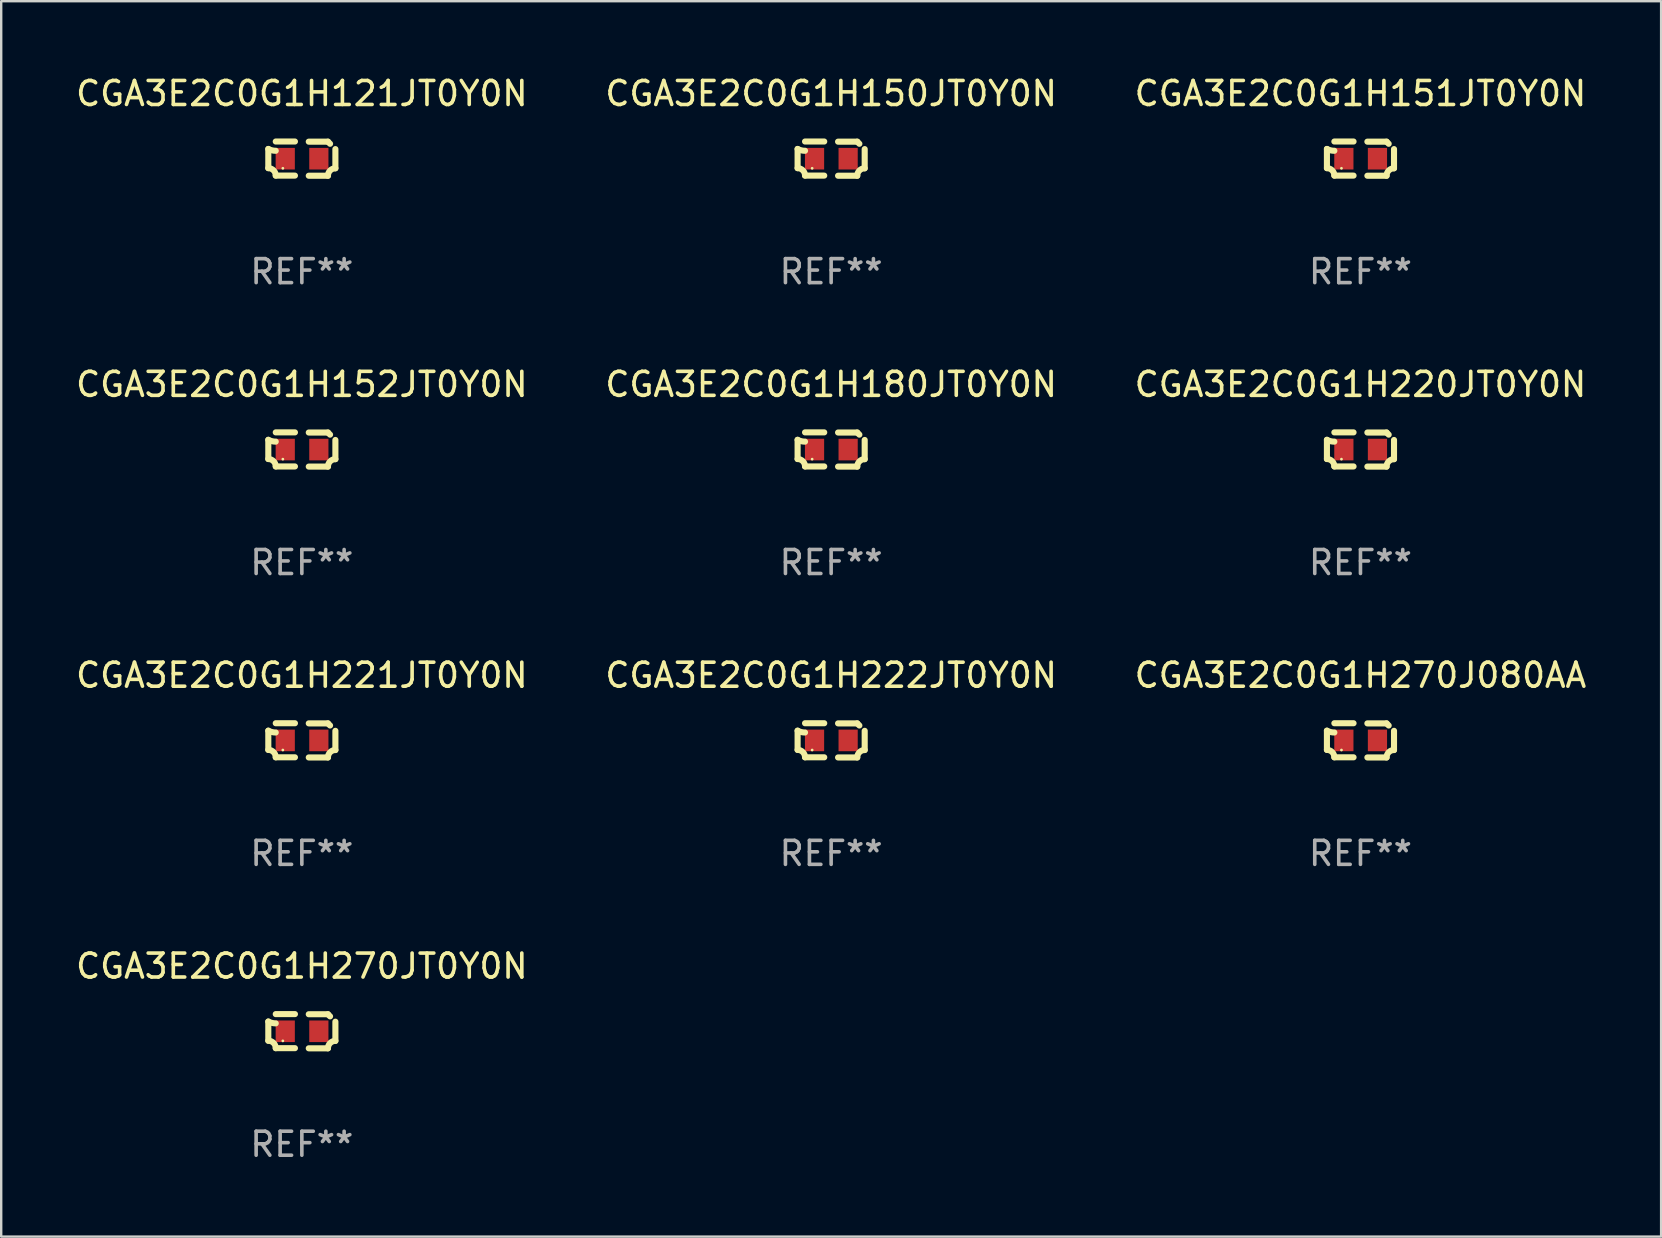
<source format=kicad_pcb>
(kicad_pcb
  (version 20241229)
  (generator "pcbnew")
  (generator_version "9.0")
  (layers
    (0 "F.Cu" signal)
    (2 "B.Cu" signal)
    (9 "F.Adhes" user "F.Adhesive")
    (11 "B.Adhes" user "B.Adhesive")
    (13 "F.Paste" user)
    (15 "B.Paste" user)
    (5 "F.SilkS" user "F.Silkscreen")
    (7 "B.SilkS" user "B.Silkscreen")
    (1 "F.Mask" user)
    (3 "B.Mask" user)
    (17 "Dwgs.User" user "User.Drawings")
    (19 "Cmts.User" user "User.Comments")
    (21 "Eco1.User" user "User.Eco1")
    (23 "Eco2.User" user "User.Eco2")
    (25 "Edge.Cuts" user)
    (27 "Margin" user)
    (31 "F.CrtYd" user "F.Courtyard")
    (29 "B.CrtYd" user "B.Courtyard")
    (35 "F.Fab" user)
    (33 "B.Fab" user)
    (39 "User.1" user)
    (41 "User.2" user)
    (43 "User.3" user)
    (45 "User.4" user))
  (footprint "CGA3E2C0G1H270J080AA"
    (layer "F.Cu")
    (at 53.649 27.805)
    (property "Reference" "CGA3E2C0G1H270J080AA" (at 0 -2.713 0) (layer "F.SilkS") (effects (font (size 1 1) (thickness 0.15))))
    (attr through_hole)
    (fp_line (start -1.398 -0.403) (end -1.398 0.397) (stroke (width 0.254) (type solid)) (layer "F.SilkS"))
    (fp_line (start -0.288 -0.713) (end -1.088 -0.713) (stroke (width 0.254) (type solid)) (layer "F.SilkS"))
    (fp_line (start -0.288 0.707) (end -1.088 0.707) (stroke (width 0.254) (type solid)) (layer "F.SilkS"))
    (fp_line (start 0.288 -0.707) (end 1.088 -0.707) (stroke (width 0.254) (type solid)) (layer "F.SilkS"))
    (fp_line (start 0.288 0.713) (end 1.088 0.713) (stroke (width 0.254) (type solid)) (layer "F.SilkS"))
    (fp_line (start 1.398 -0.397) (end 1.398 0.403) (stroke (width 0.254) (type solid)) (layer "F.SilkS"))
    (fp_arc (start -1.397789 0.397066) (mid -1.178701 0.487826) (end -1.08796 0.706922) (stroke (width 0.254001) (type solid)) (layer "F.SilkS"))
    (fp_arc (start -1.08796 -0.327176) (mid -1.247436 -0.346384) (end -1.39779 -0.402908) (stroke (width 0.254001) (type solid)) (layer "F.SilkS"))
    (fp_arc (start 1.087909 0.712738) (mid 1.178656 0.493655) (end 1.397739 0.402908) (stroke (width 0.254001) (type solid)) (layer "F.SilkS"))
    (fp_arc (start 1.175925 -0.618926) (mid 1.131917 -0.662923) (end 1.08791 -0.706922) (stroke (width 0.254001) (type solid)) (layer "F.SilkS"))
    (fp_circle (center -0.792 0.403) (end -0.762 0.403) (stroke (width 0.06) (type solid)) (fill no) (layer "F.SilkS"))
    (fp_text user "REF**" (at 0 4.713 0) (layer "F.Fab") (effects (font (size 1 1) (thickness 0.15))))
    (pad "1" smd rect (at -0.692 0.003) (size 0.8 0.9) (layers "F.Cu" "F.Mask" "F.Paste"))
    (pad "2" smd rect (at 0.708 0.003) (size 0.8 0.9) (layers "F.Cu" "F.Mask" "F.Paste")))
  (footprint "CGA3E2C0G1H221JT0Y0N"
    (layer "F.Cu")
    (at 9.53 27.805)
    (property "Reference" "CGA3E2C0G1H221JT0Y0N" (at 0 -2.713 0) (layer "F.SilkS") (effects (font (size 1 1) (thickness 0.15))))
    (attr through_hole)
    (fp_line (start -1.398 -0.403) (end -1.398 0.397) (stroke (width 0.254) (type solid)) (layer "F.SilkS"))
    (fp_line (start -0.288 -0.713) (end -1.088 -0.713) (stroke (width 0.254) (type solid)) (layer "F.SilkS"))
    (fp_line (start -0.288 0.707) (end -1.088 0.707) (stroke (width 0.254) (type solid)) (layer "F.SilkS"))
    (fp_line (start 0.288 -0.707) (end 1.088 -0.707) (stroke (width 0.254) (type solid)) (layer "F.SilkS"))
    (fp_line (start 0.288 0.713) (end 1.088 0.713) (stroke (width 0.254) (type solid)) (layer "F.SilkS"))
    (fp_line (start 1.398 -0.397) (end 1.398 0.403) (stroke (width 0.254) (type solid)) (layer "F.SilkS"))
    (fp_arc (start -1.397789 0.397066) (mid -1.178701 0.487826) (end -1.08796 0.706922) (stroke (width 0.254001) (type solid)) (layer "F.SilkS"))
    (fp_arc (start -1.08796 -0.327176) (mid -1.247436 -0.346384) (end -1.39779 -0.402908) (stroke (width 0.254001) (type solid)) (layer "F.SilkS"))
    (fp_arc (start 1.087909 0.712738) (mid 1.178656 0.493655) (end 1.397739 0.402908) (stroke (width 0.254001) (type solid)) (layer "F.SilkS"))
    (fp_arc (start 1.175925 -0.618926) (mid 1.131917 -0.662923) (end 1.08791 -0.706922) (stroke (width 0.254001) (type solid)) (layer "F.SilkS"))
    (fp_circle (center -0.792 0.403) (end -0.762 0.403) (stroke (width 0.06) (type solid)) (fill no) (layer "F.SilkS"))
    (fp_text user "REF**" (at 0 4.713 0) (layer "F.Fab") (effects (font (size 1 1) (thickness 0.15))))
    (pad "1" smd rect (at -0.692 0.003) (size 0.8 0.9) (layers "F.Cu" "F.Mask" "F.Paste"))
    (pad "2" smd rect (at 0.708 0.003) (size 0.8 0.9) (layers "F.Cu" "F.Mask" "F.Paste")))
  (footprint "CGA3E2C0G1H152JT0Y0N"
    (layer "F.Cu")
    (at 9.53 15.683)
    (property "Reference" "CGA3E2C0G1H152JT0Y0N" (at 0 -2.713 0) (layer "F.SilkS") (effects (font (size 1 1) (thickness 0.15))))
    (attr through_hole)
    (fp_line (start -1.398 -0.403) (end -1.398 0.397) (stroke (width 0.254) (type solid)) (layer "F.SilkS"))
    (fp_line (start -0.288 -0.713) (end -1.088 -0.713) (stroke (width 0.254) (type solid)) (layer "F.SilkS"))
    (fp_line (start -0.288 0.707) (end -1.088 0.707) (stroke (width 0.254) (type solid)) (layer "F.SilkS"))
    (fp_line (start 0.288 -0.707) (end 1.088 -0.707) (stroke (width 0.254) (type solid)) (layer "F.SilkS"))
    (fp_line (start 0.288 0.713) (end 1.088 0.713) (stroke (width 0.254) (type solid)) (layer "F.SilkS"))
    (fp_line (start 1.398 -0.397) (end 1.398 0.403) (stroke (width 0.254) (type solid)) (layer "F.SilkS"))
    (fp_arc (start -1.397789 0.397066) (mid -1.178701 0.487826) (end -1.08796 0.706922) (stroke (width 0.254001) (type solid)) (layer "F.SilkS"))
    (fp_arc (start -1.08796 -0.327176) (mid -1.247436 -0.346384) (end -1.39779 -0.402908) (stroke (width 0.254001) (type solid)) (layer "F.SilkS"))
    (fp_arc (start 1.087909 0.712738) (mid 1.178656 0.493655) (end 1.397739 0.402908) (stroke (width 0.254001) (type solid)) (layer "F.SilkS"))
    (fp_arc (start 1.175925 -0.618926) (mid 1.131917 -0.662923) (end 1.08791 -0.706922) (stroke (width 0.254001) (type solid)) (layer "F.SilkS"))
    (fp_circle (center -0.792 0.403) (end -0.762 0.403) (stroke (width 0.06) (type solid)) (fill no) (layer "F.SilkS"))
    (fp_text user "REF**" (at 0 4.713 0) (layer "F.Fab") (effects (font (size 1 1) (thickness 0.15))))
    (pad "1" smd rect (at -0.692 0.003) (size 0.8 0.9) (layers "F.Cu" "F.Mask" "F.Paste"))
    (pad "2" smd rect (at 0.708 0.003) (size 0.8 0.9) (layers "F.Cu" "F.Mask" "F.Paste")))
  (footprint "CGA3E2C0G1H121JT0Y0N"
    (layer "F.Cu")
    (at 9.53 3.561)
    (property "Reference" "CGA3E2C0G1H121JT0Y0N" (at 0 -2.713 0) (layer "F.SilkS") (effects (font (size 1 1) (thickness 0.15))))
    (attr through_hole)
    (fp_line (start -1.398 -0.403) (end -1.398 0.397) (stroke (width 0.254) (type solid)) (layer "F.SilkS"))
    (fp_line (start -0.288 -0.713) (end -1.088 -0.713) (stroke (width 0.254) (type solid)) (layer "F.SilkS"))
    (fp_line (start -0.288 0.707) (end -1.088 0.707) (stroke (width 0.254) (type solid)) (layer "F.SilkS"))
    (fp_line (start 0.288 -0.707) (end 1.088 -0.707) (stroke (width 0.254) (type solid)) (layer "F.SilkS"))
    (fp_line (start 0.288 0.713) (end 1.088 0.713) (stroke (width 0.254) (type solid)) (layer "F.SilkS"))
    (fp_line (start 1.398 -0.397) (end 1.398 0.403) (stroke (width 0.254) (type solid)) (layer "F.SilkS"))
    (fp_arc (start -1.397789 0.397066) (mid -1.178701 0.487826) (end -1.08796 0.706922) (stroke (width 0.254001) (type solid)) (layer "F.SilkS"))
    (fp_arc (start -1.08796 -0.327176) (mid -1.247436 -0.346384) (end -1.39779 -0.402908) (stroke (width 0.254001) (type solid)) (layer "F.SilkS"))
    (fp_arc (start 1.087909 0.712738) (mid 1.178656 0.493655) (end 1.397739 0.402908) (stroke (width 0.254001) (type solid)) (layer "F.SilkS"))
    (fp_arc (start 1.175925 -0.618926) (mid 1.131917 -0.662923) (end 1.08791 -0.706922) (stroke (width 0.254001) (type solid)) (layer "F.SilkS"))
    (fp_circle (center -0.792 0.403) (end -0.762 0.403) (stroke (width 0.06) (type solid)) (fill no) (layer "F.SilkS"))
    (fp_text user "REF**" (at 0 4.713 0) (layer "F.Fab") (effects (font (size 1 1) (thickness 0.15))))
    (pad "1" smd rect (at -0.692 0.003) (size 0.8 0.9) (layers "F.Cu" "F.Mask" "F.Paste"))
    (pad "2" smd rect (at 0.708 0.003) (size 0.8 0.9) (layers "F.Cu" "F.Mask" "F.Paste")))
  (footprint "CGA3E2C0G1H220JT0Y0N"
    (layer "F.Cu")
    (at 53.649 15.683)
    (property "Reference" "CGA3E2C0G1H220JT0Y0N" (at 0 -2.713 0) (layer "F.SilkS") (effects (font (size 1 1) (thickness 0.15))))
    (attr through_hole)
    (fp_line (start -1.398 -0.403) (end -1.398 0.397) (stroke (width 0.254) (type solid)) (layer "F.SilkS"))
    (fp_line (start -0.288 -0.713) (end -1.088 -0.713) (stroke (width 0.254) (type solid)) (layer "F.SilkS"))
    (fp_line (start -0.288 0.707) (end -1.088 0.707) (stroke (width 0.254) (type solid)) (layer "F.SilkS"))
    (fp_line (start 0.288 -0.707) (end 1.088 -0.707) (stroke (width 0.254) (type solid)) (layer "F.SilkS"))
    (fp_line (start 0.288 0.713) (end 1.088 0.713) (stroke (width 0.254) (type solid)) (layer "F.SilkS"))
    (fp_line (start 1.398 -0.397) (end 1.398 0.403) (stroke (width 0.254) (type solid)) (layer "F.SilkS"))
    (fp_arc (start -1.397789 0.397066) (mid -1.178701 0.487826) (end -1.08796 0.706922) (stroke (width 0.254001) (type solid)) (layer "F.SilkS"))
    (fp_arc (start -1.08796 -0.327176) (mid -1.247436 -0.346384) (end -1.39779 -0.402908) (stroke (width 0.254001) (type solid)) (layer "F.SilkS"))
    (fp_arc (start 1.087909 0.712738) (mid 1.178656 0.493655) (end 1.397739 0.402908) (stroke (width 0.254001) (type solid)) (layer "F.SilkS"))
    (fp_arc (start 1.175925 -0.618926) (mid 1.131917 -0.662923) (end 1.08791 -0.706922) (stroke (width 0.254001) (type solid)) (layer "F.SilkS"))
    (fp_circle (center -0.792 0.403) (end -0.762 0.403) (stroke (width 0.06) (type solid)) (fill no) (layer "F.SilkS"))
    (fp_text user "REF**" (at 0 4.713 0) (layer "F.Fab") (effects (font (size 1 1) (thickness 0.15))))
    (pad "1" smd rect (at -0.692 0.003) (size 0.8 0.9) (layers "F.Cu" "F.Mask" "F.Paste"))
    (pad "2" smd rect (at 0.708 0.003) (size 0.8 0.9) (layers "F.Cu" "F.Mask" "F.Paste")))
  (footprint "CGA3E2C0G1H150JT0Y0N"
    (layer "F.Cu")
    (at 31.589 3.561)
    (property "Reference" "CGA3E2C0G1H150JT0Y0N" (at 0 -2.713 0) (layer "F.SilkS") (effects (font (size 1 1) (thickness 0.15))))
    (attr through_hole)
    (fp_line (start -1.398 -0.403) (end -1.398 0.397) (stroke (width 0.254) (type solid)) (layer "F.SilkS"))
    (fp_line (start -0.288 -0.713) (end -1.088 -0.713) (stroke (width 0.254) (type solid)) (layer "F.SilkS"))
    (fp_line (start -0.288 0.707) (end -1.088 0.707) (stroke (width 0.254) (type solid)) (layer "F.SilkS"))
    (fp_line (start 0.288 -0.707) (end 1.088 -0.707) (stroke (width 0.254) (type solid)) (layer "F.SilkS"))
    (fp_line (start 0.288 0.713) (end 1.088 0.713) (stroke (width 0.254) (type solid)) (layer "F.SilkS"))
    (fp_line (start 1.398 -0.397) (end 1.398 0.403) (stroke (width 0.254) (type solid)) (layer "F.SilkS"))
    (fp_arc (start -1.397789 0.397066) (mid -1.178701 0.487826) (end -1.08796 0.706922) (stroke (width 0.254001) (type solid)) (layer "F.SilkS"))
    (fp_arc (start -1.08796 -0.327176) (mid -1.247436 -0.346384) (end -1.39779 -0.402908) (stroke (width 0.254001) (type solid)) (layer "F.SilkS"))
    (fp_arc (start 1.087909 0.712738) (mid 1.178656 0.493655) (end 1.397739 0.402908) (stroke (width 0.254001) (type solid)) (layer "F.SilkS"))
    (fp_arc (start 1.175925 -0.618926) (mid 1.131917 -0.662923) (end 1.08791 -0.706922) (stroke (width 0.254001) (type solid)) (layer "F.SilkS"))
    (fp_circle (center -0.792 0.403) (end -0.762 0.403) (stroke (width 0.06) (type solid)) (fill no) (layer "F.SilkS"))
    (fp_text user "REF**" (at 0 4.713 0) (layer "F.Fab") (effects (font (size 1 1) (thickness 0.15))))
    (pad "1" smd rect (at -0.692 0.003) (size 0.8 0.9) (layers "F.Cu" "F.Mask" "F.Paste"))
    (pad "2" smd rect (at 0.708 0.003) (size 0.8 0.9) (layers "F.Cu" "F.Mask" "F.Paste")))
  (footprint "CGA3E2C0G1H222JT0Y0N"
    (layer "F.Cu")
    (at 31.589 27.805)
    (property "Reference" "CGA3E2C0G1H222JT0Y0N" (at 0 -2.713 0) (layer "F.SilkS") (effects (font (size 1 1) (thickness 0.15))))
    (attr through_hole)
    (fp_line (start -1.398 -0.403) (end -1.398 0.397) (stroke (width 0.254) (type solid)) (layer "F.SilkS"))
    (fp_line (start -0.288 -0.713) (end -1.088 -0.713) (stroke (width 0.254) (type solid)) (layer "F.SilkS"))
    (fp_line (start -0.288 0.707) (end -1.088 0.707) (stroke (width 0.254) (type solid)) (layer "F.SilkS"))
    (fp_line (start 0.288 -0.707) (end 1.088 -0.707) (stroke (width 0.254) (type solid)) (layer "F.SilkS"))
    (fp_line (start 0.288 0.713) (end 1.088 0.713) (stroke (width 0.254) (type solid)) (layer "F.SilkS"))
    (fp_line (start 1.398 -0.397) (end 1.398 0.403) (stroke (width 0.254) (type solid)) (layer "F.SilkS"))
    (fp_arc (start -1.397789 0.397066) (mid -1.178701 0.487826) (end -1.08796 0.706922) (stroke (width 0.254001) (type solid)) (layer "F.SilkS"))
    (fp_arc (start -1.08796 -0.327176) (mid -1.247436 -0.346384) (end -1.39779 -0.402908) (stroke (width 0.254001) (type solid)) (layer "F.SilkS"))
    (fp_arc (start 1.087909 0.712738) (mid 1.178656 0.493655) (end 1.397739 0.402908) (stroke (width 0.254001) (type solid)) (layer "F.SilkS"))
    (fp_arc (start 1.175925 -0.618926) (mid 1.131917 -0.662923) (end 1.08791 -0.706922) (stroke (width 0.254001) (type solid)) (layer "F.SilkS"))
    (fp_circle (center -0.792 0.403) (end -0.762 0.403) (stroke (width 0.06) (type solid)) (fill no) (layer "F.SilkS"))
    (fp_text user "REF**" (at 0 4.713 0) (layer "F.Fab") (effects (font (size 1 1) (thickness 0.15))))
    (pad "1" smd rect (at -0.692 0.003) (size 0.8 0.9) (layers "F.Cu" "F.Mask" "F.Paste"))
    (pad "2" smd rect (at 0.708 0.003) (size 0.8 0.9) (layers "F.Cu" "F.Mask" "F.Paste")))
  (footprint "CGA3E2C0G1H151JT0Y0N"
    (layer "F.Cu")
    (at 53.649 3.561)
    (property "Reference" "CGA3E2C0G1H151JT0Y0N" (at 0 -2.713 0) (layer "F.SilkS") (effects (font (size 1 1) (thickness 0.15))))
    (attr through_hole)
    (fp_line (start -1.398 -0.403) (end -1.398 0.397) (stroke (width 0.254) (type solid)) (layer "F.SilkS"))
    (fp_line (start -0.288 -0.713) (end -1.088 -0.713) (stroke (width 0.254) (type solid)) (layer "F.SilkS"))
    (fp_line (start -0.288 0.707) (end -1.088 0.707) (stroke (width 0.254) (type solid)) (layer "F.SilkS"))
    (fp_line (start 0.288 -0.707) (end 1.088 -0.707) (stroke (width 0.254) (type solid)) (layer "F.SilkS"))
    (fp_line (start 0.288 0.713) (end 1.088 0.713) (stroke (width 0.254) (type solid)) (layer "F.SilkS"))
    (fp_line (start 1.398 -0.397) (end 1.398 0.403) (stroke (width 0.254) (type solid)) (layer "F.SilkS"))
    (fp_arc (start -1.397789 0.397066) (mid -1.178701 0.487826) (end -1.08796 0.706922) (stroke (width 0.254001) (type solid)) (layer "F.SilkS"))
    (fp_arc (start -1.08796 -0.327176) (mid -1.247436 -0.346384) (end -1.39779 -0.402908) (stroke (width 0.254001) (type solid)) (layer "F.SilkS"))
    (fp_arc (start 1.087909 0.712738) (mid 1.178656 0.493655) (end 1.397739 0.402908) (stroke (width 0.254001) (type solid)) (layer "F.SilkS"))
    (fp_arc (start 1.175925 -0.618926) (mid 1.131917 -0.662923) (end 1.08791 -0.706922) (stroke (width 0.254001) (type solid)) (layer "F.SilkS"))
    (fp_circle (center -0.792 0.403) (end -0.762 0.403) (stroke (width 0.06) (type solid)) (fill no) (layer "F.SilkS"))
    (fp_text user "REF**" (at 0 4.713 0) (layer "F.Fab") (effects (font (size 1 1) (thickness 0.15))))
    (pad "1" smd rect (at -0.692 0.003) (size 0.8 0.9) (layers "F.Cu" "F.Mask" "F.Paste"))
    (pad "2" smd rect (at 0.708 0.003) (size 0.8 0.9) (layers "F.Cu" "F.Mask" "F.Paste")))
  (footprint "CGA3E2C0G1H270JT0Y0N"
    (layer "F.Cu")
    (at 9.53 39.927)
    (property "Reference" "CGA3E2C0G1H270JT0Y0N" (at 0 -2.713 0) (layer "F.SilkS") (effects (font (size 1 1) (thickness 0.15))))
    (attr through_hole)
    (fp_line (start -1.398 -0.403) (end -1.398 0.397) (stroke (width 0.254) (type solid)) (layer "F.SilkS"))
    (fp_line (start -0.288 -0.713) (end -1.088 -0.713) (stroke (width 0.254) (type solid)) (layer "F.SilkS"))
    (fp_line (start -0.288 0.707) (end -1.088 0.707) (stroke (width 0.254) (type solid)) (layer "F.SilkS"))
    (fp_line (start 0.288 -0.707) (end 1.088 -0.707) (stroke (width 0.254) (type solid)) (layer "F.SilkS"))
    (fp_line (start 0.288 0.713) (end 1.088 0.713) (stroke (width 0.254) (type solid)) (layer "F.SilkS"))
    (fp_line (start 1.398 -0.397) (end 1.398 0.403) (stroke (width 0.254) (type solid)) (layer "F.SilkS"))
    (fp_arc (start -1.397789 0.397066) (mid -1.178701 0.487826) (end -1.08796 0.706922) (stroke (width 0.254001) (type solid)) (layer "F.SilkS"))
    (fp_arc (start -1.08796 -0.327176) (mid -1.247436 -0.346384) (end -1.39779 -0.402908) (stroke (width 0.254001) (type solid)) (layer "F.SilkS"))
    (fp_arc (start 1.087909 0.712738) (mid 1.178656 0.493655) (end 1.397739 0.402908) (stroke (width 0.254001) (type solid)) (layer "F.SilkS"))
    (fp_arc (start 1.175925 -0.618926) (mid 1.131917 -0.662923) (end 1.08791 -0.706922) (stroke (width 0.254001) (type solid)) (layer "F.SilkS"))
    (fp_circle (center -0.792 0.403) (end -0.762 0.403) (stroke (width 0.06) (type solid)) (fill no) (layer "F.SilkS"))
    (fp_text user "REF**" (at 0 4.713 0) (layer "F.Fab") (effects (font (size 1 1) (thickness 0.15))))
    (pad "1" smd rect (at -0.692 0.003) (size 0.8 0.9) (layers "F.Cu" "F.Mask" "F.Paste"))
    (pad "2" smd rect (at 0.708 0.003) (size 0.8 0.9) (layers "F.Cu" "F.Mask" "F.Paste")))
  (footprint "CGA3E2C0G1H180JT0Y0N"
    (layer "F.Cu")
    (at 31.589 15.683)
    (property "Reference" "CGA3E2C0G1H180JT0Y0N" (at 0 -2.713 0) (layer "F.SilkS") (effects (font (size 1 1) (thickness 0.15))))
    (attr through_hole)
    (fp_line (start -1.398 -0.403) (end -1.398 0.397) (stroke (width 0.254) (type solid)) (layer "F.SilkS"))
    (fp_line (start -0.288 -0.713) (end -1.088 -0.713) (stroke (width 0.254) (type solid)) (layer "F.SilkS"))
    (fp_line (start -0.288 0.707) (end -1.088 0.707) (stroke (width 0.254) (type solid)) (layer "F.SilkS"))
    (fp_line (start 0.288 -0.707) (end 1.088 -0.707) (stroke (width 0.254) (type solid)) (layer "F.SilkS"))
    (fp_line (start 0.288 0.713) (end 1.088 0.713) (stroke (width 0.254) (type solid)) (layer "F.SilkS"))
    (fp_line (start 1.398 -0.397) (end 1.398 0.403) (stroke (width 0.254) (type solid)) (layer "F.SilkS"))
    (fp_arc (start -1.397789 0.397066) (mid -1.178701 0.487826) (end -1.08796 0.706922) (stroke (width 0.254001) (type solid)) (layer "F.SilkS"))
    (fp_arc (start -1.08796 -0.327176) (mid -1.247436 -0.346384) (end -1.39779 -0.402908) (stroke (width 0.254001) (type solid)) (layer "F.SilkS"))
    (fp_arc (start 1.087909 0.712738) (mid 1.178656 0.493655) (end 1.397739 0.402908) (stroke (width 0.254001) (type solid)) (layer "F.SilkS"))
    (fp_arc (start 1.175925 -0.618926) (mid 1.131917 -0.662923) (end 1.08791 -0.706922) (stroke (width 0.254001) (type solid)) (layer "F.SilkS"))
    (fp_circle (center -0.792 0.403) (end -0.762 0.403) (stroke (width 0.06) (type solid)) (fill no) (layer "F.SilkS"))
    (fp_text user "REF**" (at 0 4.713 0) (layer "F.Fab") (effects (font (size 1 1) (thickness 0.15))))
    (pad "1" smd rect (at -0.692 0.003) (size 0.8 0.9) (layers "F.Cu" "F.Mask" "F.Paste"))
    (pad "2" smd rect (at 0.708 0.003) (size 0.8 0.9) (layers "F.Cu" "F.Mask" "F.Paste")))
  (gr_rect
    (start -3 -3)
    (end 66.179 48.488)
    (stroke (width 0.1) (type default))
    (fill no)
    (layer "Edge.Cuts")))
</source>
